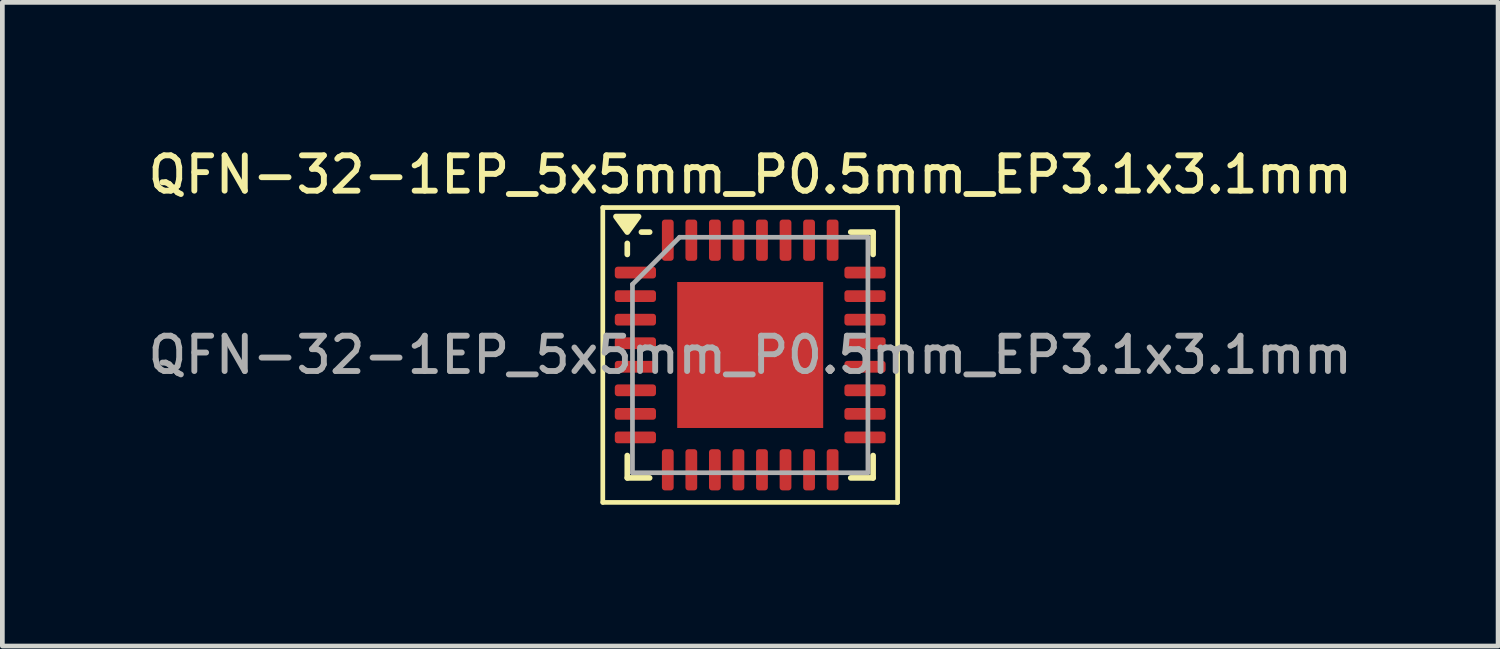
<source format=kicad_pcb>
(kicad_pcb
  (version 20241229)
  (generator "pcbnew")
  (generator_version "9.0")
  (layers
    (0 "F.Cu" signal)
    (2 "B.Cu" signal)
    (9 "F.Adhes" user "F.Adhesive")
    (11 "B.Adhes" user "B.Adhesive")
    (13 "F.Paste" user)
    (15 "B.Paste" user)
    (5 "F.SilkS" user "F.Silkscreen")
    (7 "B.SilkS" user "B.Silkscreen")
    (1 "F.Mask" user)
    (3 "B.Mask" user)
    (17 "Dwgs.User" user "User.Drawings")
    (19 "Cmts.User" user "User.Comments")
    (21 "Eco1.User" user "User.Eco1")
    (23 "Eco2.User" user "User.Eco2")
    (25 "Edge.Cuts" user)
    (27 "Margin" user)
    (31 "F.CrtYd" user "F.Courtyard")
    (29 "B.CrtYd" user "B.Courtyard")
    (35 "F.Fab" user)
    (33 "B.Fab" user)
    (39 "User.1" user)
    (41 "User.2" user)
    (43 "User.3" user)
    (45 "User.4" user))
  (footprint "QFN-32-1EP_5x5mm_P0.5mm_EP3.1x3.1mm"
    (layer "F.Cu")
    (at 12.88 4.488)
    (property "Reference" "QFN-32-1EP_5x5mm_P0.5mm_EP3.1x3.1mm" (at 0 -3.83 0) (layer "F.SilkS") (effects (font (size 0.75 0.75) (thickness 0.125))))
    (attr smd)
    (fp_line (start -3.13 -3.13) (end -3.13 3.13) (stroke (width 0.1) (type solid)) (layer "F.SilkS"))
    (fp_line (start -3.13 3.13) (end 3.13 3.13) (stroke (width 0.1) (type solid)) (layer "F.SilkS"))
    (fp_line (start -2.61 -2.135) (end -2.61 -2.37) (stroke (width 0.12) (type solid)) (layer "F.SilkS"))
    (fp_line (start -2.61 2.61) (end -2.61 2.135) (stroke (width 0.12) (type solid)) (layer "F.SilkS"))
    (fp_line (start -2.135 -2.61) (end -2.31 -2.61) (stroke (width 0.12) (type solid)) (layer "F.SilkS"))
    (fp_line (start -2.135 2.61) (end -2.61 2.61) (stroke (width 0.12) (type solid)) (layer "F.SilkS"))
    (fp_line (start 2.135 -2.61) (end 2.61 -2.61) (stroke (width 0.12) (type solid)) (layer "F.SilkS"))
    (fp_line (start 2.135 2.61) (end 2.61 2.61) (stroke (width 0.12) (type solid)) (layer "F.SilkS"))
    (fp_line (start 2.61 -2.61) (end 2.61 -2.135) (stroke (width 0.12) (type solid)) (layer "F.SilkS"))
    (fp_line (start 2.61 2.61) (end 2.61 2.135) (stroke (width 0.12) (type solid)) (layer "F.SilkS"))
    (fp_line (start 3.13 -3.13) (end -3.13 -3.13) (stroke (width 0.1) (type solid)) (layer "F.SilkS"))
    (fp_line (start 3.13 3.13) (end 3.13 -3.13) (stroke (width 0.1) (type solid)) (layer "F.SilkS"))
    (fp_poly (pts (xy -2.61 -2.61) (xy -2.85 -2.94) (xy -2.37 -2.94) (xy -2.61 -2.61)) (stroke (width 0.12) (type solid)) (fill yes) (layer "F.SilkS"))
    (fp_line (start -2.5 -1.5) (end -1.5 -2.5) (stroke (width 0.1) (type solid)) (layer "F.Fab"))
    (fp_line (start -2.5 2.5) (end -2.5 -1.5) (stroke (width 0.1) (type solid)) (layer "F.Fab"))
    (fp_line (start -1.5 -2.5) (end 2.5 -2.5) (stroke (width 0.1) (type solid)) (layer "F.Fab"))
    (fp_line (start 2.5 -2.5) (end 2.5 2.5) (stroke (width 0.1) (type solid)) (layer "F.Fab"))
    (fp_line (start 2.5 2.5) (end -2.5 2.5) (stroke (width 0.1) (type solid)) (layer "F.Fab"))
    (fp_text user "${REFERENCE}" (at 0 0 0) (layer "F.Fab") (effects (font (size 0.75 0.75) (thickness 0.125))))
    (pad "" smd roundrect (at -1.03 -1.03) (size 0.83 0.83) (layers "F.Paste") (roundrect_rratio 0.25))
    (pad "" smd roundrect (at -1.03 0) (size 0.83 0.83) (layers "F.Paste") (roundrect_rratio 0.25))
    (pad "" smd roundrect (at -1.03 1.03) (size 0.83 0.83) (layers "F.Paste") (roundrect_rratio 0.25))
    (pad "" smd roundrect (at 0 -1.03) (size 0.83 0.83) (layers "F.Paste") (roundrect_rratio 0.25))
    (pad "" smd roundrect (at 0 0) (size 0.83 0.83) (layers "F.Paste") (roundrect_rratio 0.25))
    (pad "" smd roundrect (at 0 1.03) (size 0.83 0.83) (layers "F.Paste") (roundrect_rratio 0.25))
    (pad "" smd roundrect (at 1.03 -1.03) (size 0.83 0.83) (layers "F.Paste") (roundrect_rratio 0.25))
    (pad "" smd roundrect (at 1.03 0) (size 0.83 0.83) (layers "F.Paste") (roundrect_rratio 0.25))
    (pad "" smd roundrect (at 1.03 1.03) (size 0.83 0.83) (layers "F.Paste") (roundrect_rratio 0.25))
    (pad "1" smd roundrect (at -2.438 -1.75) (size 0.875 0.25) (layers "F.Cu" "F.Mask" "F.Paste") (roundrect_rratio 0.25))
    (pad "2" smd roundrect (at -2.438 -1.25) (size 0.875 0.25) (layers "F.Cu" "F.Mask" "F.Paste") (roundrect_rratio 0.25))
    (pad "3" smd roundrect (at -2.438 -0.75) (size 0.875 0.25) (layers "F.Cu" "F.Mask" "F.Paste") (roundrect_rratio 0.25))
    (pad "4" smd roundrect (at -2.438 -0.25) (size 0.875 0.25) (layers "F.Cu" "F.Mask" "F.Paste") (roundrect_rratio 0.25))
    (pad "5" smd roundrect (at -2.438 0.25) (size 0.875 0.25) (layers "F.Cu" "F.Mask" "F.Paste") (roundrect_rratio 0.25))
    (pad "6" smd roundrect (at -2.438 0.75) (size 0.875 0.25) (layers "F.Cu" "F.Mask" "F.Paste") (roundrect_rratio 0.25))
    (pad "7" smd roundrect (at -2.438 1.25) (size 0.875 0.25) (layers "F.Cu" "F.Mask" "F.Paste") (roundrect_rratio 0.25))
    (pad "8" smd roundrect (at -2.438 1.75) (size 0.875 0.25) (layers "F.Cu" "F.Mask" "F.Paste") (roundrect_rratio 0.25))
    (pad "9" smd roundrect (at -1.75 2.438) (size 0.25 0.875) (layers "F.Cu" "F.Mask" "F.Paste") (roundrect_rratio 0.25))
    (pad "10" smd roundrect (at -1.25 2.438) (size 0.25 0.875) (layers "F.Cu" "F.Mask" "F.Paste") (roundrect_rratio 0.25))
    (pad "11" smd roundrect (at -0.75 2.438) (size 0.25 0.875) (layers "F.Cu" "F.Mask" "F.Paste") (roundrect_rratio 0.25))
    (pad "12" smd roundrect (at -0.25 2.438) (size 0.25 0.875) (layers "F.Cu" "F.Mask" "F.Paste") (roundrect_rratio 0.25))
    (pad "13" smd roundrect (at 0.25 2.438) (size 0.25 0.875) (layers "F.Cu" "F.Mask" "F.Paste") (roundrect_rratio 0.25))
    (pad "14" smd roundrect (at 0.75 2.438) (size 0.25 0.875) (layers "F.Cu" "F.Mask" "F.Paste") (roundrect_rratio 0.25))
    (pad "15" smd roundrect (at 1.25 2.438) (size 0.25 0.875) (layers "F.Cu" "F.Mask" "F.Paste") (roundrect_rratio 0.25))
    (pad "16" smd roundrect (at 1.75 2.438) (size 0.25 0.875) (layers "F.Cu" "F.Mask" "F.Paste") (roundrect_rratio 0.25))
    (pad "17" smd roundrect (at 2.438 1.75) (size 0.875 0.25) (layers "F.Cu" "F.Mask" "F.Paste") (roundrect_rratio 0.25))
    (pad "18" smd roundrect (at 2.438 1.25) (size 0.875 0.25) (layers "F.Cu" "F.Mask" "F.Paste") (roundrect_rratio 0.25))
    (pad "19" smd roundrect (at 2.438 0.75) (size 0.875 0.25) (layers "F.Cu" "F.Mask" "F.Paste") (roundrect_rratio 0.25))
    (pad "20" smd roundrect (at 2.438 0.25) (size 0.875 0.25) (layers "F.Cu" "F.Mask" "F.Paste") (roundrect_rratio 0.25))
    (pad "21" smd roundrect (at 2.438 -0.25) (size 0.875 0.25) (layers "F.Cu" "F.Mask" "F.Paste") (roundrect_rratio 0.25))
    (pad "22" smd roundrect (at 2.438 -0.75) (size 0.875 0.25) (layers "F.Cu" "F.Mask" "F.Paste") (roundrect_rratio 0.25))
    (pad "23" smd roundrect (at 2.438 -1.25) (size 0.875 0.25) (layers "F.Cu" "F.Mask" "F.Paste") (roundrect_rratio 0.25))
    (pad "24" smd roundrect (at 2.438 -1.75) (size 0.875 0.25) (layers "F.Cu" "F.Mask" "F.Paste") (roundrect_rratio 0.25))
    (pad "25" smd roundrect (at 1.75 -2.438) (size 0.25 0.875) (layers "F.Cu" "F.Mask" "F.Paste") (roundrect_rratio 0.25))
    (pad "26" smd roundrect (at 1.25 -2.438) (size 0.25 0.875) (layers "F.Cu" "F.Mask" "F.Paste") (roundrect_rratio 0.25))
    (pad "27" smd roundrect (at 0.75 -2.438) (size 0.25 0.875) (layers "F.Cu" "F.Mask" "F.Paste") (roundrect_rratio 0.25))
    (pad "28" smd roundrect (at 0.25 -2.438) (size 0.25 0.875) (layers "F.Cu" "F.Mask" "F.Paste") (roundrect_rratio 0.25))
    (pad "29" smd roundrect (at -0.25 -2.438) (size 0.25 0.875) (layers "F.Cu" "F.Mask" "F.Paste") (roundrect_rratio 0.25))
    (pad "30" smd roundrect (at -0.75 -2.438) (size 0.25 0.875) (layers "F.Cu" "F.Mask" "F.Paste") (roundrect_rratio 0.25))
    (pad "31" smd roundrect (at -1.25 -2.438) (size 0.25 0.875) (layers "F.Cu" "F.Mask" "F.Paste") (roundrect_rratio 0.25))
    (pad "32" smd roundrect (at -1.75 -2.438) (size 0.25 0.875) (layers "F.Cu" "F.Mask" "F.Paste") (roundrect_rratio 0.25))
    (pad "33" smd rect (at 0 0) (size 3.1 3.1) (property pad_prop_heatsink) (layers "F.Cu" "F.Mask")))
  (gr_rect
    (start -3 -3)
    (end 28.761 10.668)
    (stroke (width 0.1) (type default))
    (fill no)
    (layer "Edge.Cuts")))
</source>
